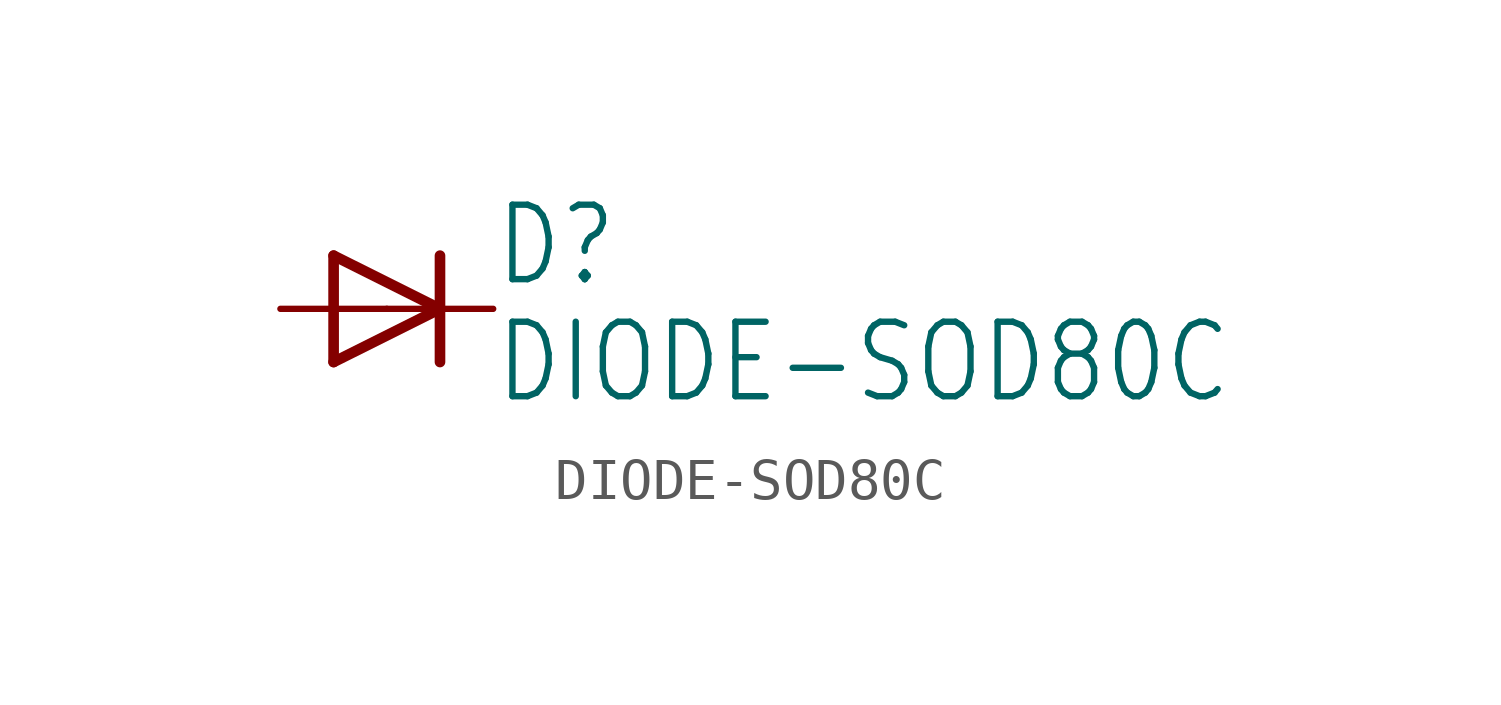
<source format=kicad_sym>
(kicad_symbol_lib
  (version 20211014)
  (generator kicad_symbol_editor)
  (symbol "DIODE-SOD80C"
    (property "Reference" "D"
      (at 2.54 0.483 0)
      (effects (font (size 1.778 1.511)) (justify left bottom)))
    (property "Value" "DIODE-SOD80C"
      (at 2.54 -2.311 0)
      (effects (font (size 1.778 1.511)) (justify left bottom)))
    (property "ki_locked" ""
      (at 0 0 0)
      (effects (font (size 1.27 1.27))))
    (symbol "DIODE-SOD80C_1_0"
      (polyline (pts (xy -1.27 -1.27) (xy 1.27 0)) (stroke (width 0.254) (type default) (color 0 0 0 0)) (fill (type none)))
      (polyline (pts (xy -1.27 1.27) (xy -1.27 -1.27)) (stroke (width 0.254) (type default) (color 0 0 0 0)) (fill (type none)))
      (polyline (pts (xy 1.27 0) (xy -1.27 1.27)) (stroke (width 0.254) (type default) (color 0 0 0 0)) (fill (type none)))
      (polyline (pts (xy 1.27 0) (xy 1.27 -1.27)) (stroke (width 0.254) (type default) (color 0 0 0 0)) (fill (type none)))
      (polyline (pts (xy 1.27 1.27) (xy 1.27 0)) (stroke (width 0.254) (type default) (color 0 0 0 0)) (fill (type none)))
      (pin passive line (at -2.54 0 0) (length 2.54) (name "A" (effects (font (size 0 0)))) (number "A" (effects (font (size 0 0)))))
      (pin passive line (at 2.54 0 180) (length 2.54) (name "C" (effects (font (size 0 0)))) (number "C" (effects (font (size 0 0))))))))
</source>
